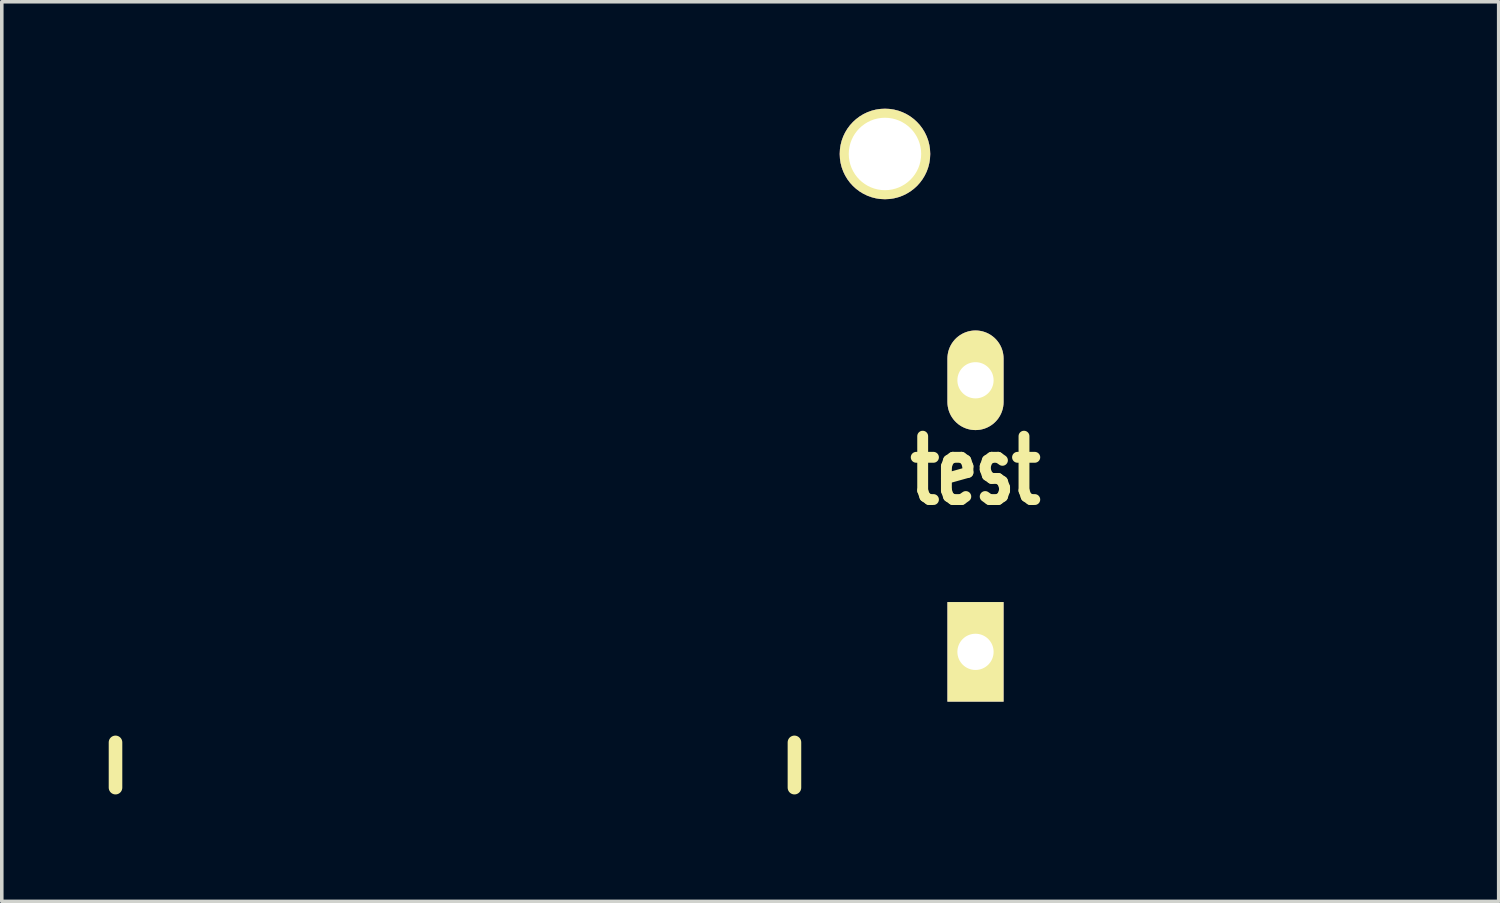
<source format=kicad_pcb>
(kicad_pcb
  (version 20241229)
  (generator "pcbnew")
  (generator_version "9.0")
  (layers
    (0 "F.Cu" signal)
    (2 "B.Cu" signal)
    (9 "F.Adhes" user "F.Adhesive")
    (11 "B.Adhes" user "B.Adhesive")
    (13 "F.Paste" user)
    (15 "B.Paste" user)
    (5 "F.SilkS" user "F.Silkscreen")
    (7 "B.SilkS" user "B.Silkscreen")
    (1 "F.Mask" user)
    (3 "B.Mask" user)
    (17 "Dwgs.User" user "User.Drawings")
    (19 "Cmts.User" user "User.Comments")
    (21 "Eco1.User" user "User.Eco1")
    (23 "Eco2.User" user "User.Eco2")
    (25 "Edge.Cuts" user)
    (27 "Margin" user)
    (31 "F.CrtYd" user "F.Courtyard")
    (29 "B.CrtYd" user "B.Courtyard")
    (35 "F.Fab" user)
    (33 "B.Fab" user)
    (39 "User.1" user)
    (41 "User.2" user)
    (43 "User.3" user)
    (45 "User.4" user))
  (footprint "test"
    (layer "F.Cu")
    (at 35.751 11.43)
    (property "Reference" "test" (at -11.43 -1.27 180) (layer "F.SilkS") (effects (font (size 1.778 1.27) (thickness 0.305))))
    (attr through_hole)
    (fp_line (start -35.56 6.35) (end -35.56 7.62) (stroke (width 0.381) (type solid)) (layer "F.SilkS"))
    (fp_line (start -16.51 6.35) (end -16.51 7.62) (stroke (width 0.381) (type solid)) (layer "F.SilkS"))
    (pad "1" thru_hole rect (at -11.43 3.81) (size 1.575 2.794) (drill 1.016) (layers "*.Cu" "*.Mask" "F.SilkS"))
    (pad "20" thru_hole oval (at -11.43 -3.81) (size 1.575 2.794) (drill 1.016) (layers "*.Cu" "*.Mask" "F.SilkS"))
    (pad "HOLE" thru_hole circle (at -13.97 -10.16) (size 2.54 2.54) (drill 2.032) (layers "*.Cu" "*.Mask" "F.SilkS")))
  (gr_rect
    (start -3 -3)
    (end 39.001 22.241)
    (stroke (width 0.1) (type default))
    (fill no)
    (layer "Edge.Cuts")))
</source>
